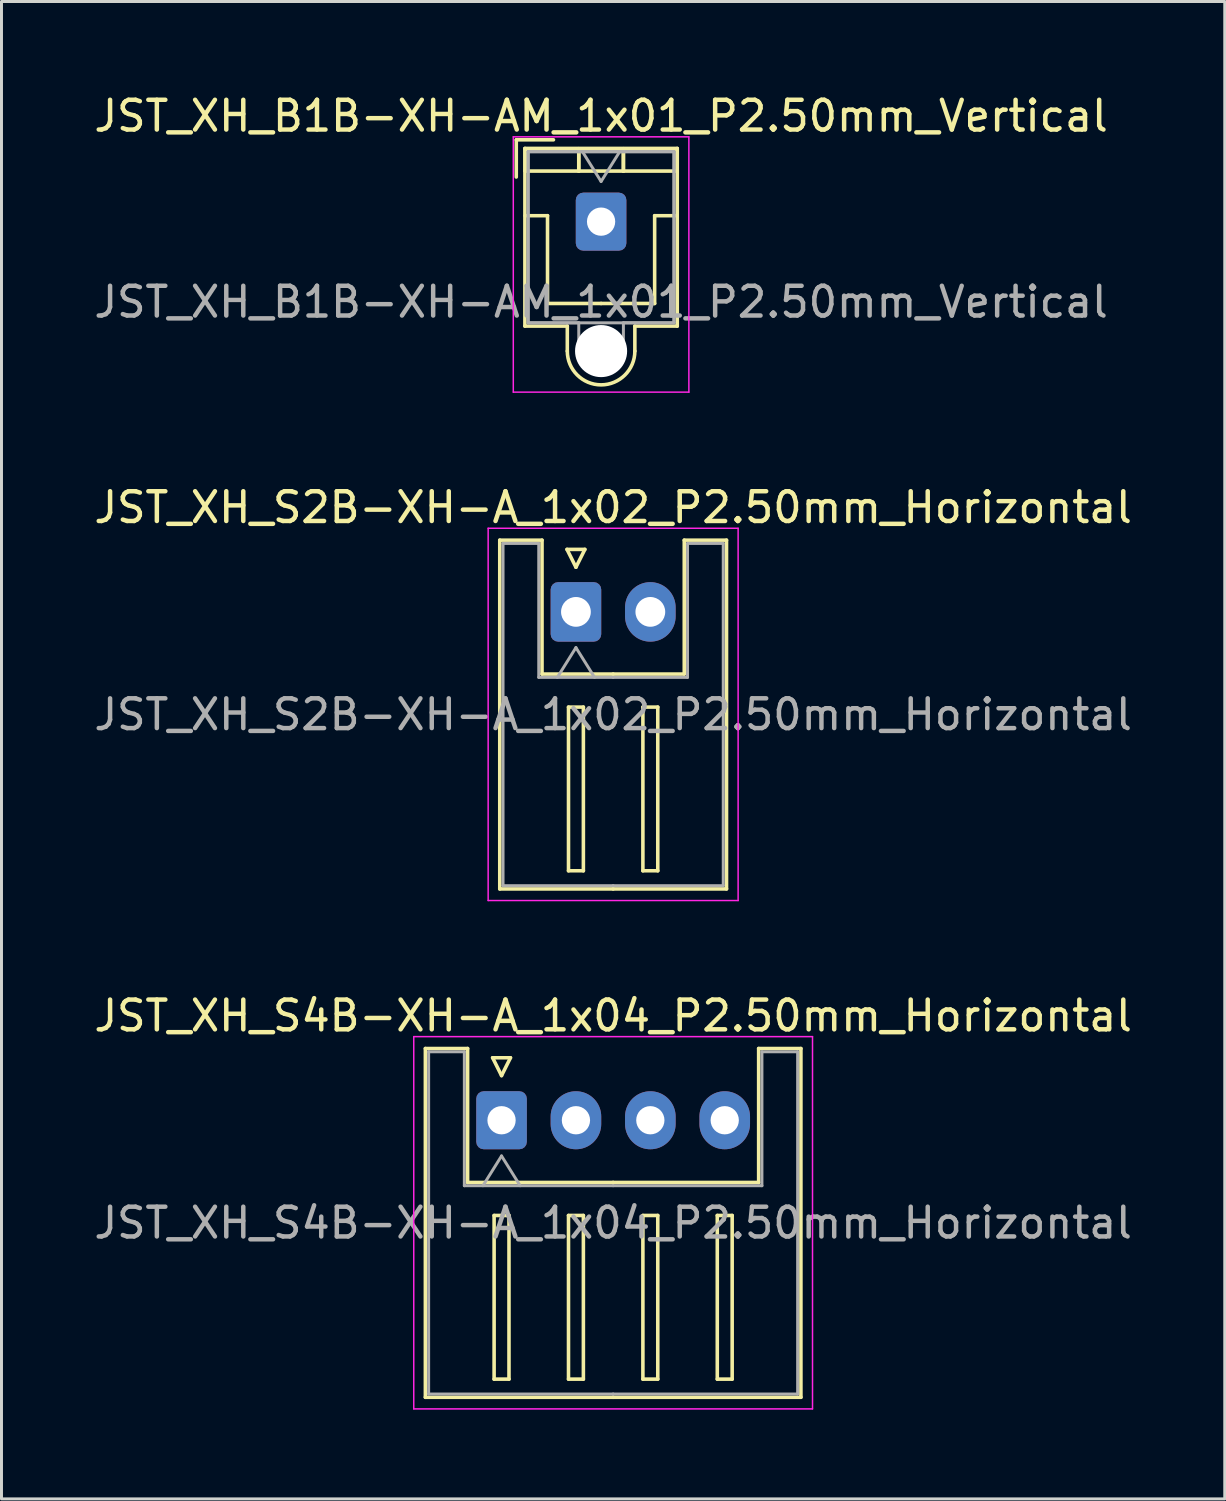
<source format=kicad_pcb>
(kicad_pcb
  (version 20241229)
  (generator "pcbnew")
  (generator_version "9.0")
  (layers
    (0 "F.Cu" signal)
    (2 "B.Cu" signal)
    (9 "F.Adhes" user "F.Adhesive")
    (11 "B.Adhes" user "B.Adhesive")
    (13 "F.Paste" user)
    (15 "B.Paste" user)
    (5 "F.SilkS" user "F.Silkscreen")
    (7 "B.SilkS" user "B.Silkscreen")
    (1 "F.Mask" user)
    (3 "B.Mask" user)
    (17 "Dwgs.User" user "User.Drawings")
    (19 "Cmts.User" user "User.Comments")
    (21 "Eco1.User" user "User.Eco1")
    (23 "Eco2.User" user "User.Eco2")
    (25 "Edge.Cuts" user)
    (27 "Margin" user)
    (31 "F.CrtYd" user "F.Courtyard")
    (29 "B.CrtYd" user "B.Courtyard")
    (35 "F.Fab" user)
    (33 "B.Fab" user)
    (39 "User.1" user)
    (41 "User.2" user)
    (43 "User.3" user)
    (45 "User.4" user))
  (footprint "JST_XH_S4B-XH-A_1x04_P2.50mm_Horizontal"
    (layer "F.Cu")
    (at 13.804 34.595)
    (property "Reference" "JST_XH_S4B-XH-A_1x04_P2.50mm_Horizontal" (at 3.75 -3.51 0) (layer "F.SilkS") (effects (font (size 1 1) (thickness 0.15))))
    (attr through_hole)
    (fp_line (start -2.56 -2.41) (end -1.14 -2.41) (stroke (width 0.12) (type solid)) (layer "F.SilkS"))
    (fp_line (start -2.56 9.31) (end -2.56 -2.41) (stroke (width 0.12) (type solid)) (layer "F.SilkS"))
    (fp_line (start -1.14 -2.41) (end -1.14 2.09) (stroke (width 0.12) (type solid)) (layer "F.SilkS"))
    (fp_line (start -1.14 2.09) (end 3.75 2.09) (stroke (width 0.12) (type solid)) (layer "F.SilkS"))
    (fp_line (start -0.3 -2.1) (end 0.3 -2.1) (stroke (width 0.12) (type solid)) (layer "F.SilkS"))
    (fp_line (start -0.25 3.2) (end -0.25 8.7) (stroke (width 0.12) (type solid)) (layer "F.SilkS"))
    (fp_line (start -0.25 8.7) (end 0.25 8.7) (stroke (width 0.12) (type solid)) (layer "F.SilkS"))
    (fp_line (start 0 -1.5) (end -0.3 -2.1) (stroke (width 0.12) (type solid)) (layer "F.SilkS"))
    (fp_line (start 0.25 3.2) (end -0.25 3.2) (stroke (width 0.12) (type solid)) (layer "F.SilkS"))
    (fp_line (start 0.25 8.7) (end 0.25 3.2) (stroke (width 0.12) (type solid)) (layer "F.SilkS"))
    (fp_line (start 0.3 -2.1) (end 0 -1.5) (stroke (width 0.12) (type solid)) (layer "F.SilkS"))
    (fp_line (start 2.25 3.2) (end 2.25 8.7) (stroke (width 0.12) (type solid)) (layer "F.SilkS"))
    (fp_line (start 2.25 8.7) (end 2.75 8.7) (stroke (width 0.12) (type solid)) (layer "F.SilkS"))
    (fp_line (start 2.75 3.2) (end 2.25 3.2) (stroke (width 0.12) (type solid)) (layer "F.SilkS"))
    (fp_line (start 2.75 8.7) (end 2.75 3.2) (stroke (width 0.12) (type solid)) (layer "F.SilkS"))
    (fp_line (start 3.75 9.31) (end -2.56 9.31) (stroke (width 0.12) (type solid)) (layer "F.SilkS"))
    (fp_line (start 3.75 9.31) (end 10.06 9.31) (stroke (width 0.12) (type solid)) (layer "F.SilkS"))
    (fp_line (start 4.75 3.2) (end 4.75 8.7) (stroke (width 0.12) (type solid)) (layer "F.SilkS"))
    (fp_line (start 4.75 8.7) (end 5.25 8.7) (stroke (width 0.12) (type solid)) (layer "F.SilkS"))
    (fp_line (start 5.25 3.2) (end 4.75 3.2) (stroke (width 0.12) (type solid)) (layer "F.SilkS"))
    (fp_line (start 5.25 8.7) (end 5.25 3.2) (stroke (width 0.12) (type solid)) (layer "F.SilkS"))
    (fp_line (start 7.25 3.2) (end 7.25 8.7) (stroke (width 0.12) (type solid)) (layer "F.SilkS"))
    (fp_line (start 7.25 8.7) (end 7.75 8.7) (stroke (width 0.12) (type solid)) (layer "F.SilkS"))
    (fp_line (start 7.75 3.2) (end 7.25 3.2) (stroke (width 0.12) (type solid)) (layer "F.SilkS"))
    (fp_line (start 7.75 8.7) (end 7.75 3.2) (stroke (width 0.12) (type solid)) (layer "F.SilkS"))
    (fp_line (start 8.64 -2.41) (end 8.64 2.09) (stroke (width 0.12) (type solid)) (layer "F.SilkS"))
    (fp_line (start 8.64 2.09) (end 3.75 2.09) (stroke (width 0.12) (type solid)) (layer "F.SilkS"))
    (fp_line (start 10.06 -2.41) (end 8.64 -2.41) (stroke (width 0.12) (type solid)) (layer "F.SilkS"))
    (fp_line (start 10.06 9.31) (end 10.06 -2.41) (stroke (width 0.12) (type solid)) (layer "F.SilkS"))
    (fp_line (start -2.95 -2.81) (end -2.95 9.7) (stroke (width 0.05) (type solid)) (layer "F.CrtYd"))
    (fp_line (start -2.95 9.7) (end 10.45 9.7) (stroke (width 0.05) (type solid)) (layer "F.CrtYd"))
    (fp_line (start 10.45 -2.81) (end -2.95 -2.81) (stroke (width 0.05) (type solid)) (layer "F.CrtYd"))
    (fp_line (start 10.45 9.7) (end 10.45 -2.81) (stroke (width 0.05) (type solid)) (layer "F.CrtYd"))
    (fp_line (start -2.45 -2.3) (end -1.25 -2.3) (stroke (width 0.1) (type solid)) (layer "F.Fab"))
    (fp_line (start -2.45 9.2) (end -2.45 -2.3) (stroke (width 0.1) (type solid)) (layer "F.Fab"))
    (fp_line (start -1.25 -2.3) (end -1.25 2.2) (stroke (width 0.1) (type solid)) (layer "F.Fab"))
    (fp_line (start -1.25 2.2) (end 3.75 2.2) (stroke (width 0.1) (type solid)) (layer "F.Fab"))
    (fp_line (start -0.625 2.2) (end 0 1.2) (stroke (width 0.1) (type solid)) (layer "F.Fab"))
    (fp_line (start 0 1.2) (end 0.625 2.2) (stroke (width 0.1) (type solid)) (layer "F.Fab"))
    (fp_line (start 3.75 9.2) (end -2.45 9.2) (stroke (width 0.1) (type solid)) (layer "F.Fab"))
    (fp_line (start 3.75 9.2) (end 9.95 9.2) (stroke (width 0.1) (type solid)) (layer "F.Fab"))
    (fp_line (start 8.75 -2.3) (end 8.75 2.2) (stroke (width 0.1) (type solid)) (layer "F.Fab"))
    (fp_line (start 8.75 2.2) (end 3.75 2.2) (stroke (width 0.1) (type solid)) (layer "F.Fab"))
    (fp_line (start 9.95 -2.3) (end 8.75 -2.3) (stroke (width 0.1) (type solid)) (layer "F.Fab"))
    (fp_line (start 9.95 9.2) (end 9.95 -2.3) (stroke (width 0.1) (type solid)) (layer "F.Fab"))
    (fp_text user "${REFERENCE}" (at 3.75 3.45 0) (layer "F.Fab") (effects (font (size 1 1) (thickness 0.15))))
    (pad "1" thru_hole roundrect (at 0 0) (size 1.7 1.95) (drill 0.95) (layers "*.Cu" "*.Mask") (roundrect_rratio 0.147))
    (pad "2" thru_hole oval (at 2.5 0) (size 1.7 1.95) (drill 0.95) (layers "*.Cu" "*.Mask"))
    (pad "3" thru_hole oval (at 5 0) (size 1.7 1.95) (drill 0.95) (layers "*.Cu" "*.Mask"))
    (pad "4" thru_hole oval (at 7.5 0) (size 1.7 1.95) (drill 0.95) (layers "*.Cu" "*.Mask")))
  (footprint "JST_XH_S2B-XH-A_1x02_P2.50mm_Horizontal"
    (layer "F.Cu")
    (at 16.304 17.512)
    (property "Reference" "JST_XH_S2B-XH-A_1x02_P2.50mm_Horizontal" (at 1.25 -3.51 0) (layer "F.SilkS") (effects (font (size 1 1) (thickness 0.15))))
    (attr through_hole)
    (fp_line (start -2.56 -2.41) (end -1.14 -2.41) (stroke (width 0.12) (type solid)) (layer "F.SilkS"))
    (fp_line (start -2.56 9.31) (end -2.56 -2.41) (stroke (width 0.12) (type solid)) (layer "F.SilkS"))
    (fp_line (start -1.14 -2.41) (end -1.14 2.09) (stroke (width 0.12) (type solid)) (layer "F.SilkS"))
    (fp_line (start -1.14 2.09) (end 1.25 2.09) (stroke (width 0.12) (type solid)) (layer "F.SilkS"))
    (fp_line (start -0.3 -2.1) (end 0.3 -2.1) (stroke (width 0.12) (type solid)) (layer "F.SilkS"))
    (fp_line (start -0.25 3.2) (end -0.25 8.7) (stroke (width 0.12) (type solid)) (layer "F.SilkS"))
    (fp_line (start -0.25 8.7) (end 0.25 8.7) (stroke (width 0.12) (type solid)) (layer "F.SilkS"))
    (fp_line (start 0 -1.5) (end -0.3 -2.1) (stroke (width 0.12) (type solid)) (layer "F.SilkS"))
    (fp_line (start 0.25 3.2) (end -0.25 3.2) (stroke (width 0.12) (type solid)) (layer "F.SilkS"))
    (fp_line (start 0.25 8.7) (end 0.25 3.2) (stroke (width 0.12) (type solid)) (layer "F.SilkS"))
    (fp_line (start 0.3 -2.1) (end 0 -1.5) (stroke (width 0.12) (type solid)) (layer "F.SilkS"))
    (fp_line (start 1.25 9.31) (end -2.56 9.31) (stroke (width 0.12) (type solid)) (layer "F.SilkS"))
    (fp_line (start 1.25 9.31) (end 5.06 9.31) (stroke (width 0.12) (type solid)) (layer "F.SilkS"))
    (fp_line (start 2.25 3.2) (end 2.25 8.7) (stroke (width 0.12) (type solid)) (layer "F.SilkS"))
    (fp_line (start 2.25 8.7) (end 2.75 8.7) (stroke (width 0.12) (type solid)) (layer "F.SilkS"))
    (fp_line (start 2.75 3.2) (end 2.25 3.2) (stroke (width 0.12) (type solid)) (layer "F.SilkS"))
    (fp_line (start 2.75 8.7) (end 2.75 3.2) (stroke (width 0.12) (type solid)) (layer "F.SilkS"))
    (fp_line (start 3.64 -2.41) (end 3.64 2.09) (stroke (width 0.12) (type solid)) (layer "F.SilkS"))
    (fp_line (start 3.64 2.09) (end 1.25 2.09) (stroke (width 0.12) (type solid)) (layer "F.SilkS"))
    (fp_line (start 5.06 -2.41) (end 3.64 -2.41) (stroke (width 0.12) (type solid)) (layer "F.SilkS"))
    (fp_line (start 5.06 9.31) (end 5.06 -2.41) (stroke (width 0.12) (type solid)) (layer "F.SilkS"))
    (fp_line (start -2.95 -2.81) (end -2.95 9.7) (stroke (width 0.05) (type solid)) (layer "F.CrtYd"))
    (fp_line (start -2.95 9.7) (end 5.45 9.7) (stroke (width 0.05) (type solid)) (layer "F.CrtYd"))
    (fp_line (start 5.45 -2.81) (end -2.95 -2.81) (stroke (width 0.05) (type solid)) (layer "F.CrtYd"))
    (fp_line (start 5.45 9.7) (end 5.45 -2.81) (stroke (width 0.05) (type solid)) (layer "F.CrtYd"))
    (fp_line (start -2.45 -2.3) (end -1.25 -2.3) (stroke (width 0.1) (type solid)) (layer "F.Fab"))
    (fp_line (start -2.45 9.2) (end -2.45 -2.3) (stroke (width 0.1) (type solid)) (layer "F.Fab"))
    (fp_line (start -1.25 -2.3) (end -1.25 2.2) (stroke (width 0.1) (type solid)) (layer "F.Fab"))
    (fp_line (start -1.25 2.2) (end 1.25 2.2) (stroke (width 0.1) (type solid)) (layer "F.Fab"))
    (fp_line (start -0.625 2.2) (end 0 1.2) (stroke (width 0.1) (type solid)) (layer "F.Fab"))
    (fp_line (start 0 1.2) (end 0.625 2.2) (stroke (width 0.1) (type solid)) (layer "F.Fab"))
    (fp_line (start 1.25 9.2) (end -2.45 9.2) (stroke (width 0.1) (type solid)) (layer "F.Fab"))
    (fp_line (start 1.25 9.2) (end 4.95 9.2) (stroke (width 0.1) (type solid)) (layer "F.Fab"))
    (fp_line (start 3.75 -2.3) (end 3.75 2.2) (stroke (width 0.1) (type solid)) (layer "F.Fab"))
    (fp_line (start 3.75 2.2) (end 1.25 2.2) (stroke (width 0.1) (type solid)) (layer "F.Fab"))
    (fp_line (start 4.95 -2.3) (end 3.75 -2.3) (stroke (width 0.1) (type solid)) (layer "F.Fab"))
    (fp_line (start 4.95 9.2) (end 4.95 -2.3) (stroke (width 0.1) (type solid)) (layer "F.Fab"))
    (fp_text user "${REFERENCE}" (at 1.25 3.45 0) (layer "F.Fab") (effects (font (size 1 1) (thickness 0.15))))
    (pad "1" thru_hole roundrect (at 0 0) (size 1.7 2) (drill 1) (layers "*.Cu" "*.Mask") (roundrect_rratio 0.147))
    (pad "2" thru_hole oval (at 2.5 0) (size 1.7 2) (drill 1) (layers "*.Cu" "*.Mask")))
  (footprint "JST_XH_B1B-XH-AM_1x01_P2.50mm_Vertical"
    (layer "F.Cu")
    (at 17.149 4.398)
    (property "Reference" "JST_XH_B1B-XH-AM_1x01_P2.50mm_Vertical" (at 0 -3.55 0) (layer "F.SilkS") (effects (font (size 1 1) (thickness 0.15))))
    (attr through_hole)
    (fp_line (start -2.85 -2.75) (end -2.85 -1.5) (stroke (width 0.12) (type solid)) (layer "F.SilkS"))
    (fp_line (start -2.56 -2.46) (end 2.56 -2.46) (stroke (width 0.12) (type solid)) (layer "F.SilkS"))
    (fp_line (start -2.56 3.51) (end -2.56 -2.46) (stroke (width 0.12) (type solid)) (layer "F.SilkS"))
    (fp_line (start -2.55 -2.45) (end -2.55 -1.7) (stroke (width 0.12) (type solid)) (layer "F.SilkS"))
    (fp_line (start -2.55 -1.7) (end -0.75 -1.7) (stroke (width 0.12) (type solid)) (layer "F.SilkS"))
    (fp_line (start -2.55 -0.2) (end -1.8 -0.2) (stroke (width 0.12) (type solid)) (layer "F.SilkS"))
    (fp_line (start -1.8 -0.2) (end -1.8 2.75) (stroke (width 0.12) (type solid)) (layer "F.SilkS"))
    (fp_line (start -1.8 2.75) (end 0 2.75) (stroke (width 0.12) (type solid)) (layer "F.SilkS"))
    (fp_line (start -1.6 -2.75) (end -2.85 -2.75) (stroke (width 0.12) (type solid)) (layer "F.SilkS"))
    (fp_line (start -1.135 3.51) (end -2.56 3.51) (stroke (width 0.12) (type solid)) (layer "F.SilkS"))
    (fp_line (start -1.135 4.35) (end -1.135 3.51) (stroke (width 0.12) (type solid)) (layer "F.SilkS"))
    (fp_line (start -0.75 -2.45) (end -2.55 -2.45) (stroke (width 0.12) (type solid)) (layer "F.SilkS"))
    (fp_line (start -0.75 -2.45) (end 0.75 -2.45) (stroke (width 0.12) (type solid)) (layer "F.SilkS"))
    (fp_line (start -0.75 -1.7) (end -0.75 -2.45) (stroke (width 0.12) (type solid)) (layer "F.SilkS"))
    (fp_line (start -0.75 -1.7) (end -0.75 -2.45) (stroke (width 0.12) (type solid)) (layer "F.SilkS"))
    (fp_line (start 0.75 -2.45) (end 0.75 -1.7) (stroke (width 0.12) (type solid)) (layer "F.SilkS"))
    (fp_line (start 0.75 -2.45) (end 0.75 -1.7) (stroke (width 0.12) (type solid)) (layer "F.SilkS"))
    (fp_line (start 0.75 -1.7) (end -0.75 -1.7) (stroke (width 0.12) (type solid)) (layer "F.SilkS"))
    (fp_line (start 0.75 -1.7) (end 2.55 -1.7) (stroke (width 0.12) (type solid)) (layer "F.SilkS"))
    (fp_line (start 1.135 3.51) (end 1.135 4.35) (stroke (width 0.12) (type solid)) (layer "F.SilkS"))
    (fp_line (start 1.8 -0.2) (end 1.8 2.75) (stroke (width 0.12) (type solid)) (layer "F.SilkS"))
    (fp_line (start 1.8 2.75) (end 0 2.75) (stroke (width 0.12) (type solid)) (layer "F.SilkS"))
    (fp_line (start 2.55 -2.45) (end 0.75 -2.45) (stroke (width 0.12) (type solid)) (layer "F.SilkS"))
    (fp_line (start 2.55 -1.7) (end 2.55 -2.45) (stroke (width 0.12) (type solid)) (layer "F.SilkS"))
    (fp_line (start 2.55 -0.2) (end 1.8 -0.2) (stroke (width 0.12) (type solid)) (layer "F.SilkS"))
    (fp_line (start 2.56 -2.46) (end 2.56 3.51) (stroke (width 0.12) (type solid)) (layer "F.SilkS"))
    (fp_line (start 2.56 3.51) (end 1.135 3.51) (stroke (width 0.12) (type solid)) (layer "F.SilkS"))
    (fp_arc (start 1.135 4.35) (mid 0 5.485) (end -1.135 4.35) (stroke (width 0.12) (type solid)) (layer "F.SilkS"))
    (fp_line (start -2.95 -2.85) (end -2.95 5.73) (stroke (width 0.05) (type solid)) (layer "F.CrtYd"))
    (fp_line (start -2.95 5.73) (end 2.95 5.73) (stroke (width 0.05) (type solid)) (layer "F.CrtYd"))
    (fp_line (start 2.95 -2.85) (end -2.95 -2.85) (stroke (width 0.05) (type solid)) (layer "F.CrtYd"))
    (fp_line (start 2.95 5.73) (end 2.95 -2.85) (stroke (width 0.05) (type solid)) (layer "F.CrtYd"))
    (fp_line (start -2.45 -2.35) (end -2.45 3.4) (stroke (width 0.1) (type solid)) (layer "F.Fab"))
    (fp_line (start -2.45 -2.35) (end 2.45 -2.35) (stroke (width 0.1) (type solid)) (layer "F.Fab"))
    (fp_line (start -2.45 3.4) (end -2.45 -2.35) (stroke (width 0.1) (type solid)) (layer "F.Fab"))
    (fp_line (start -2.45 3.4) (end 2.45 3.4) (stroke (width 0.1) (type solid)) (layer "F.Fab"))
    (fp_line (start -0.75 3.4) (end -2.45 3.4) (stroke (width 0.1) (type solid)) (layer "F.Fab"))
    (fp_line (start -0.75 4.35) (end -0.75 3.4) (stroke (width 0.1) (type solid)) (layer "F.Fab"))
    (fp_line (start -0.625 -2.35) (end 0 -1.35) (stroke (width 0.1) (type solid)) (layer "F.Fab"))
    (fp_line (start 0 -1.35) (end 0.625 -2.35) (stroke (width 0.1) (type solid)) (layer "F.Fab"))
    (fp_line (start 0.75 3.4) (end 0.75 4.35) (stroke (width 0.1) (type solid)) (layer "F.Fab"))
    (fp_line (start 2.45 -2.35) (end -2.45 -2.35) (stroke (width 0.1) (type solid)) (layer "F.Fab"))
    (fp_line (start 2.45 -2.35) (end 2.45 3.4) (stroke (width 0.1) (type solid)) (layer "F.Fab"))
    (fp_line (start 2.45 3.4) (end 0.75 3.4) (stroke (width 0.1) (type solid)) (layer "F.Fab"))
    (fp_line (start 2.45 3.4) (end 2.45 -2.35) (stroke (width 0.1) (type solid)) (layer "F.Fab"))
    (fp_arc (start 0.75 4.35) (mid 0 5.1) (end -0.75 4.35) (stroke (width 0.1) (type solid)) (layer "F.Fab"))
    (fp_text user "${REFERENCE}" (at 0 2.7 0) (layer "F.Fab") (effects (font (size 1 1) (thickness 0.15))))
    (pad "" np_thru_hole circle (at 0 4.35) (size 1.75 1.75) (drill 1.75) (layers "*.Cu" "*.Mask"))
    (pad "1" thru_hole roundrect (at 0 0) (size 1.7 1.95) (drill 0.95) (layers "*.Cu" "*.Mask") (roundrect_rratio 0.147)))
  (gr_rect
    (start -3 -3)
    (end 38.107 47.32)
    (stroke (width 0.1) (type default))
    (fill no)
    (layer "Edge.Cuts")))
</source>
